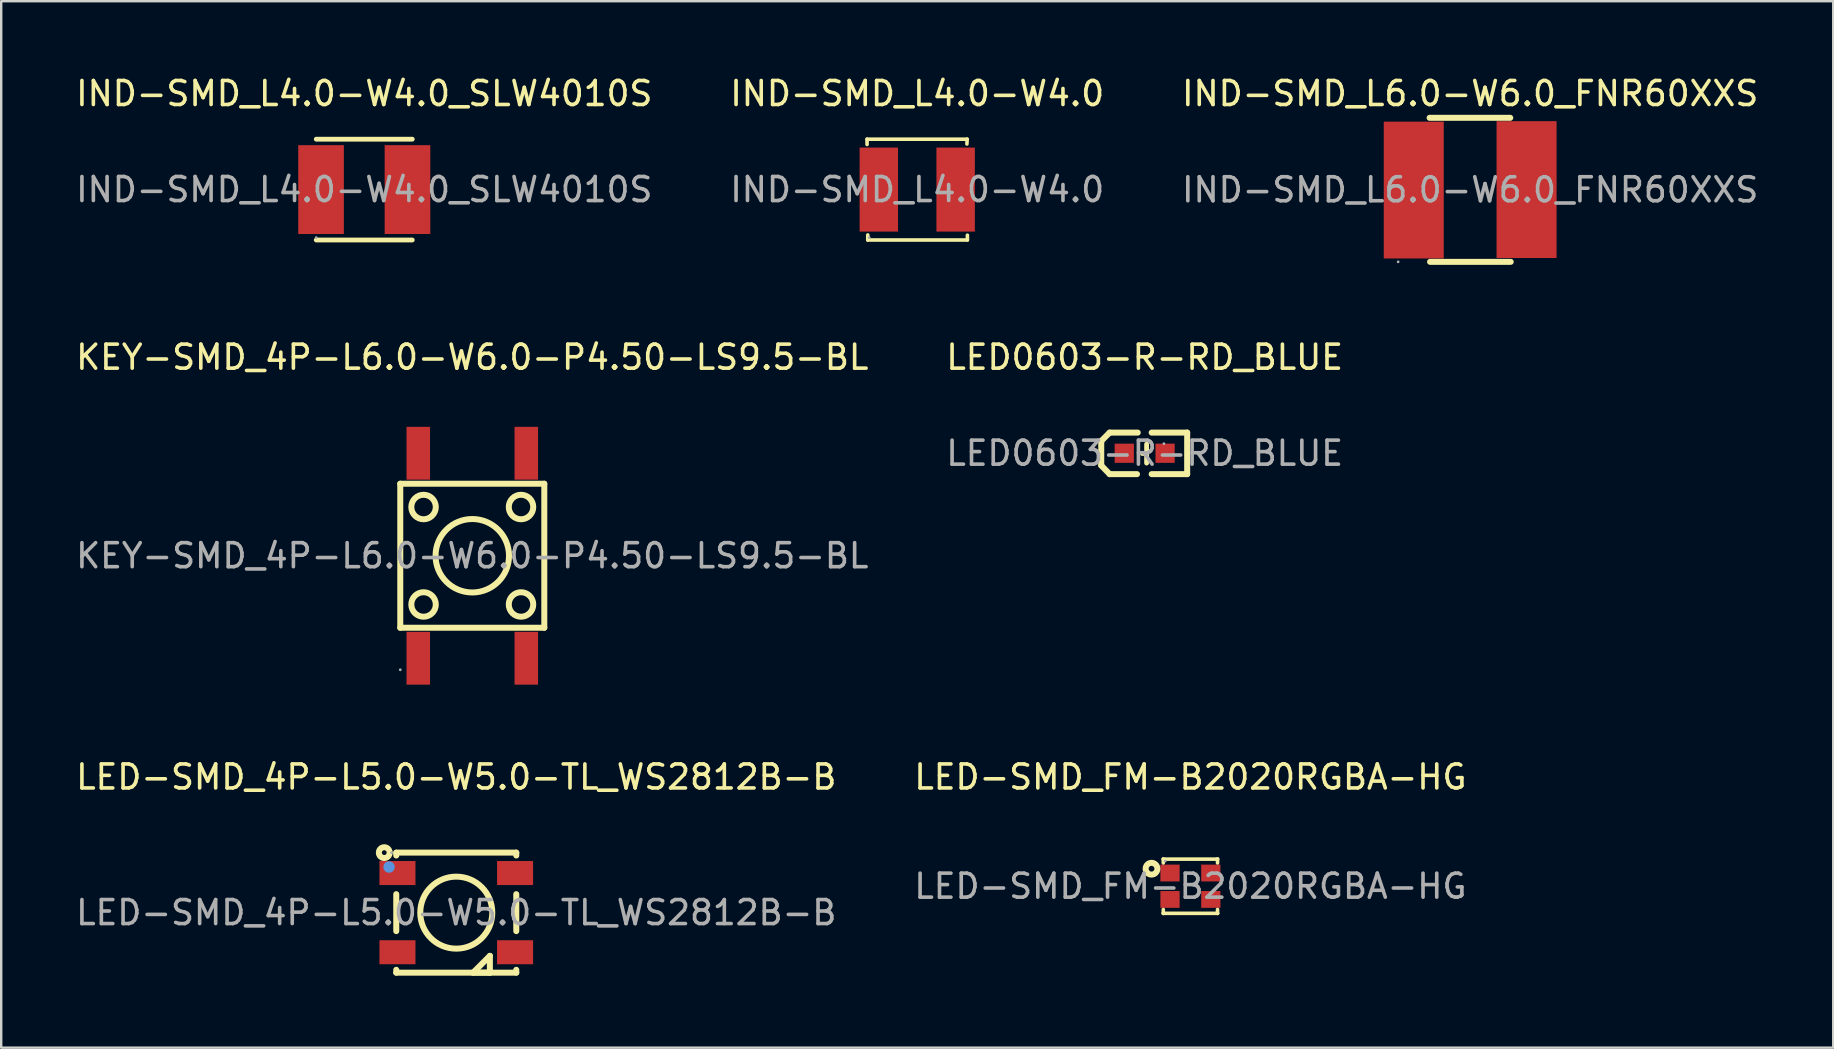
<source format=kicad_pcb>
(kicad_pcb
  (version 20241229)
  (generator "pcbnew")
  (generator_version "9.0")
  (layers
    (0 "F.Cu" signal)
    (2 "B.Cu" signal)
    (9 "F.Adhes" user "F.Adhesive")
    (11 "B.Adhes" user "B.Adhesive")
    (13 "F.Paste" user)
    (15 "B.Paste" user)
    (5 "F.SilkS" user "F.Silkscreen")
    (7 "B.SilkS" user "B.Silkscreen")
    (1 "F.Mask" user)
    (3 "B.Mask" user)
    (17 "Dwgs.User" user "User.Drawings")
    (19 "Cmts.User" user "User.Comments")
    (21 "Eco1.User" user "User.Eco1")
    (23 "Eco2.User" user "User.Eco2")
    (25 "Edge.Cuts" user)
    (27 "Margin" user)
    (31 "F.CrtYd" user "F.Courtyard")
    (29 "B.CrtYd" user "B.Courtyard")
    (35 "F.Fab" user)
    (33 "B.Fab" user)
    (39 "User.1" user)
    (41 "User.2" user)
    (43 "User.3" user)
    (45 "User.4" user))
  (footprint "KEY-SMD_4P-L6.0-W6.0-P4.50-LS9.5-BL"
    (layer "F.Cu")
    (at 16.625 20.102)
    (property "Reference" "KEY-SMD_4P-L6.0-W6.0-P4.50-LS9.5-BL" (at 0 -8.27 0) (layer "F.SilkS") (effects (font (size 1 1) (thickness 0.15))))
    (attr through_hole)
    (fp_line (start -3 -3) (end 3 -3) (stroke (width 0.25) (type solid)) (layer "F.SilkS"))
    (fp_line (start -3 3) (end -3 -3) (stroke (width 0.25) (type solid)) (layer "F.SilkS"))
    (fp_line (start 3 -3) (end 3 3) (stroke (width 0.25) (type solid)) (layer "F.SilkS"))
    (fp_line (start 3 3) (end -3 3) (stroke (width 0.25) (type solid)) (layer "F.SilkS"))
    (fp_circle (center -2.03 -2.03) (end -1.52 -2.03) (stroke (width 0.25) (type solid)) (fill no) (layer "F.SilkS"))
    (fp_circle (center -2.03 2.03) (end -1.52 2.03) (stroke (width 0.25) (type solid)) (fill no) (layer "F.SilkS"))
    (fp_circle (center 0 0) (end 1.53 0) (stroke (width 0.25) (type solid)) (fill no) (layer "F.SilkS"))
    (fp_circle (center 2.03 -2.03) (end 2.54 -2.03) (stroke (width 0.25) (type solid)) (fill no) (layer "F.SilkS"))
    (fp_circle (center 2.03 2.03) (end 2.54 2.03) (stroke (width 0.25) (type solid)) (fill no) (layer "F.SilkS"))
    (fp_circle (center -3 4.75) (end -2.97 4.75) (stroke (width 0.06) (type solid)) (fill no) (layer "F.Fab"))
    (fp_text user "${REFERENCE}" (at 0 0 0) (layer "F.Fab") (effects (font (size 1 1) (thickness 0.15))))
    (pad "1" smd rect (at -2.25 4.27) (size 0.98 2.2) (layers "F.Cu" "F.Mask" "F.Paste"))
    (pad "2" smd rect (at -2.25 -4.27) (size 0.98 2.2) (layers "F.Cu" "F.Mask" "F.Paste"))
    (pad "3" smd rect (at 2.25 4.27) (size 0.98 2.2) (layers "F.Cu" "F.Mask" "F.Paste"))
    (pad "4" smd rect (at 2.25 -4.27) (size 0.98 2.2) (layers "F.Cu" "F.Mask" "F.Paste")))
  (footprint "IND-SMD_L4.0-W4.0"
    (layer "F.Cu")
    (at 35.161 4.848)
    (property "Reference" "IND-SMD_L4.0-W4.0" (at 0 -4 0) (layer "F.SilkS") (effects (font (size 1 1) (thickness 0.15))))
    (attr through_hole)
    (fp_line (start -2.09 -2.1) (end -2.09 -1.88) (stroke (width 0.15) (type solid)) (layer "F.SilkS"))
    (fp_line (start -2.06 1.89) (end -2.06 2.1) (stroke (width 0.15) (type solid)) (layer "F.SilkS"))
    (fp_line (start -2.06 2.1) (end 2.09 2.1) (stroke (width 0.15) (type solid)) (layer "F.SilkS"))
    (fp_line (start 2.07 -1.9) (end 2.08 -2.1) (stroke (width 0.15) (type solid)) (layer "F.SilkS"))
    (fp_line (start 2.08 -2.1) (end -2.09 -2.1) (stroke (width 0.15) (type solid)) (layer "F.SilkS"))
    (fp_line (start 2.09 2.1) (end 2.09 1.9) (stroke (width 0.15) (type solid)) (layer "F.SilkS"))
    (fp_circle (center -2 2) (end -1.97 2) (stroke (width 0.06) (type solid)) (fill no) (layer "F.Fab"))
    (fp_text user "${REFERENCE}" (at 0 0 0) (layer "F.Fab") (effects (font (size 1 1) (thickness 0.15))))
    (pad "1" smd rect (at -1.6 0) (size 1.6 3.5) (layers "F.Cu" "F.Mask" "F.Paste"))
    (pad "2" smd rect (at 1.6 0) (size 1.6 3.5) (layers "F.Cu" "F.Mask" "F.Paste")))
  (footprint "IND-SMD_L4.0-W4.0_SLW4010S"
    (layer "F.Cu")
    (at 12.125 4.848)
    (property "Reference" "IND-SMD_L4.0-W4.0_SLW4010S" (at 0 -4 0) (layer "F.SilkS") (effects (font (size 1 1) (thickness 0.15))))
    (attr through_hole)
    (fp_line (start -2 -2.1) (end 2 -2.1) (stroke (width 0.2) (type solid)) (layer "F.SilkS"))
    (fp_line (start -2 2.1) (end 2 2.1) (stroke (width 0.2) (type solid)) (layer "F.SilkS"))
    (fp_circle (center -2 2) (end -1.97 2) (stroke (width 0.06) (type solid)) (fill no) (layer "F.Fab"))
    (fp_text user "${REFERENCE}" (at 0 0 0) (layer "F.Fab") (effects (font (size 1 1) (thickness 0.15))))
    (pad "1" smd rect (at -1.8 0 90) (size 3.7 1.9) (layers "F.Cu" "F.Mask" "F.Paste"))
    (pad "2" smd rect (at 1.8 0 90) (size 3.7 1.9) (layers "F.Cu" "F.Mask" "F.Paste")))
  (footprint "LED-SMD_4P-L5.0-W5.0-TL_WS2812B-B"
    (layer "F.Cu")
    (at 15.958 34.97)
    (property "Reference" "LED-SMD_4P-L5.0-W5.0-TL_WS2812B-B" (at 0 -5.65 0) (layer "F.SilkS") (effects (font (size 1 1) (thickness 0.15))))
    (attr through_hole)
    (fp_line (start -2.5 -2.5) (end 2.5 -2.5) (stroke (width 0.25) (type solid)) (layer "F.SilkS"))
    (fp_line (start -2.5 -2.38) (end -2.5 -2.5) (stroke (width 0.25) (type solid)) (layer "F.SilkS"))
    (fp_line (start -2.5 0.77) (end -2.5 -0.77) (stroke (width 0.25) (type solid)) (layer "F.SilkS"))
    (fp_line (start -2.5 2.5) (end -2.5 2.38) (stroke (width 0.25) (type solid)) (layer "F.SilkS"))
    (fp_line (start 0.7 2.5) (end 1.4 1.8) (stroke (width 0.25) (type solid)) (layer "F.SilkS"))
    (fp_line (start 1.4 1.8) (end 1.4 2.5) (stroke (width 0.25) (type solid)) (layer "F.SilkS"))
    (fp_line (start 1.4 2.5) (end 0.7 2.5) (stroke (width 0.25) (type solid)) (layer "F.SilkS"))
    (fp_line (start 1.4 2.5) (end 1.4 2.5) (stroke (width 0.25) (type solid)) (layer "F.SilkS"))
    (fp_line (start 2.5 -2.5) (end 2.5 -2.38) (stroke (width 0.25) (type solid)) (layer "F.SilkS"))
    (fp_line (start 2.5 -0.77) (end 2.5 0.77) (stroke (width 0.25) (type solid)) (layer "F.SilkS"))
    (fp_line (start 2.5 2.38) (end 2.5 2.5) (stroke (width 0.25) (type solid)) (layer "F.SilkS"))
    (fp_line (start 2.5 2.5) (end -2.5 2.5) (stroke (width 0.25) (type solid)) (layer "F.SilkS"))
    (fp_circle (center -3 -2.5) (end -2.9 -2.5) (stroke (width 0.25) (type solid)) (fill no) (layer "F.SilkS"))
    (fp_circle (center 0 0) (end 1.5 0) (stroke (width 0.25) (type solid)) (fill no) (layer "F.SilkS"))
    (fp_circle (center -2.8 -1.9) (end -2.68 -1.9) (stroke (width 0.24) (type solid)) (fill no) (layer "Cmts.User"))
    (fp_circle (center -2.7 -2.5) (end -2.67 -2.5) (stroke (width 0.06) (type solid)) (fill no) (layer "F.Fab"))
    (fp_text user "${REFERENCE}" (at 0 0 0) (layer "F.Fab") (effects (font (size 1 1) (thickness 0.15))))
    (pad "1" smd rect (at -2.45 -1.65 180) (size 1.5 1) (layers "F.Cu" "F.Mask" "F.Paste"))
    (pad "2" smd rect (at -2.45 1.65 180) (size 1.5 1) (layers "F.Cu" "F.Mask" "F.Paste"))
    (pad "3" smd rect (at 2.45 1.65 180) (size 1.5 1) (layers "F.Cu" "F.Mask" "F.Paste"))
    (pad "4" smd rect (at 2.45 -1.65 180) (size 1.5 1) (layers "F.Cu" "F.Mask" "F.Paste")))
  (footprint "LED-SMD_FM-B2020RGBA-HG"
    (layer "F.Cu")
    (at 46.542 33.87)
    (property "Reference" "LED-SMD_FM-B2020RGBA-HG" (at 0 -4.55 0) (layer "F.SilkS") (effects (font (size 1 1) (thickness 0.15))))
    (attr through_hole)
    (fp_line (start -1.13 -1.13) (end -1.13 -1.13) (stroke (width 0.15) (type solid)) (layer "F.SilkS"))
    (fp_line (start -1.13 -1.13) (end 1.13 -1.13) (stroke (width 0.15) (type solid)) (layer "F.SilkS"))
    (fp_line (start -1.13 -0.97) (end -1.13 -1.13) (stroke (width 0.15) (type solid)) (layer "F.SilkS"))
    (fp_line (start -1.13 0.97) (end -1.13 1.13) (stroke (width 0.15) (type solid)) (layer "F.SilkS"))
    (fp_line (start -1.13 1.13) (end -1.13 1.13) (stroke (width 0.15) (type solid)) (layer "F.SilkS"))
    (fp_line (start -1.13 1.13) (end 1.13 1.13) (stroke (width 0.15) (type solid)) (layer "F.SilkS"))
    (fp_line (start 1.13 -1.13) (end 1.13 -1.13) (stroke (width 0.15) (type solid)) (layer "F.SilkS"))
    (fp_line (start 1.13 -1.13) (end 1.13 -0.97) (stroke (width 0.15) (type solid)) (layer "F.SilkS"))
    (fp_line (start 1.13 1.13) (end 1.13 0.97) (stroke (width 0.15) (type solid)) (layer "F.SilkS"))
    (fp_line (start 1.13 1.13) (end 1.13 1.13) (stroke (width 0.15) (type solid)) (layer "F.SilkS"))
    (fp_circle (center -1.62 -0.73) (end -1.5 -0.73) (stroke (width 0.25) (type solid)) (fill no) (layer "F.SilkS"))
    (fp_circle (center -1.05 -1.05) (end -1.02 -1.05) (stroke (width 0.06) (type solid)) (fill no) (layer "F.Fab"))
    (fp_text user "${REFERENCE}" (at 0 0 0) (layer "F.Fab") (effects (font (size 1 1) (thickness 0.15))))
    (pad "1" smd rect (at -0.85 -0.55 270) (size 0.7 0.8) (layers "F.Cu" "F.Mask" "F.Paste"))
    (pad "2" smd rect (at 0.85 -0.55 270) (size 0.7 0.8) (layers "F.Cu" "F.Mask" "F.Paste"))
    (pad "3" smd rect (at 0.85 0.55 270) (size 0.7 0.8) (layers "F.Cu" "F.Mask" "F.Paste"))
    (pad "4" smd rect (at -0.85 0.55 270) (size 0.7 0.8) (layers "F.Cu" "F.Mask" "F.Paste")))
  (footprint "IND-SMD_L6.0-W6.0_FNR60XXS"
    (layer "F.Cu")
    (at 58.196 4.858)
    (property "Reference" "IND-SMD_L6.0-W6.0_FNR60XXS" (at 0 -4.01 0) (layer "F.SilkS") (effects (font (size 1 1) (thickness 0.15))))
    (attr through_hole)
    (fp_line (start -1.69 -3) (end 1.67 -3) (stroke (width 0.25) (type solid)) (layer "F.SilkS"))
    (fp_line (start -1.67 3) (end 1.69 3) (stroke (width 0.25) (type solid)) (layer "F.SilkS"))
    (fp_circle (center -3 3) (end -2.97 3) (stroke (width 0.06) (type solid)) (fill no) (layer "F.Fab"))
    (fp_text user "${REFERENCE}" (at 0 0 0) (layer "F.Fab") (effects (font (size 1 1) (thickness 0.15))))
    (pad "1" smd rect (at -2.35 0.01) (size 2.5 5.7) (layers "F.Cu" "F.Mask" "F.Paste"))
    (pad "2" smd rect (at 2.35 -0.01) (size 2.5 5.7) (layers "F.Cu" "F.Mask" "F.Paste")))
  (footprint "LED0603-R-RD_BLUE"
    (layer "F.Cu")
    (at 44.637 15.832)
    (property "Reference" "LED0603-R-RD_BLUE" (at 0 -4 0) (layer "F.SilkS") (effects (font (size 1 1) (thickness 0.15))))
    (attr through_hole)
    (fp_line (start -1.81 -0.51) (end -1.46 -0.86) (stroke (width 0.25) (type solid)) (layer "F.SilkS"))
    (fp_line (start -1.81 0.51) (end -1.81 -0.51) (stroke (width 0.25) (type solid)) (layer "F.SilkS"))
    (fp_line (start -1.46 0.87) (end -1.81 0.51) (stroke (width 0.25) (type solid)) (layer "F.SilkS"))
    (fp_line (start -0.32 0.87) (end -1.46 0.87) (stroke (width 0.25) (type solid)) (layer "F.SilkS"))
    (fp_line (start -0.29 -0.86) (end -1.46 -0.86) (stroke (width 0.25) (type solid)) (layer "F.SilkS"))
    (fp_line (start 0.08 0.01) (end -0.1 0.01) (stroke (width 0.2) (type solid)) (layer "F.SilkS"))
    (fp_line (start 0.08 0.41) (end 0.08 -0.38) (stroke (width 0.2) (type solid)) (layer "F.SilkS"))
    (fp_line (start 1.77 -0.86) (end 0.29 -0.86) (stroke (width 0.25) (type solid)) (layer "F.SilkS"))
    (fp_line (start 1.77 0.87) (end 0.29 0.87) (stroke (width 0.25) (type solid)) (layer "F.SilkS"))
    (fp_line (start 1.77 0.87) (end 1.77 -0.86) (stroke (width 0.25) (type solid)) (layer "F.SilkS"))
    (fp_circle (center 0.8 -0.4) (end 0.83 -0.4) (stroke (width 0.06) (type solid)) (fill no) (layer "F.Fab"))
    (fp_text user "${REFERENCE}" (at 0 0 0) (layer "F.Fab") (effects (font (size 1 1) (thickness 0.15))))
    (pad "1" smd rect (at 0.85 0 90) (size 0.8 0.8) (layers "F.Cu" "F.Mask" "F.Paste"))
    (pad "2" smd rect (at -0.85 0 90) (size 0.8 0.8) (layers "F.Cu" "F.Mask" "F.Paste")))
  (gr_rect
    (start -3 -3)
    (end 73.321 40.595)
    (stroke (width 0.1) (type default))
    (fill no)
    (layer "Edge.Cuts")))
</source>
